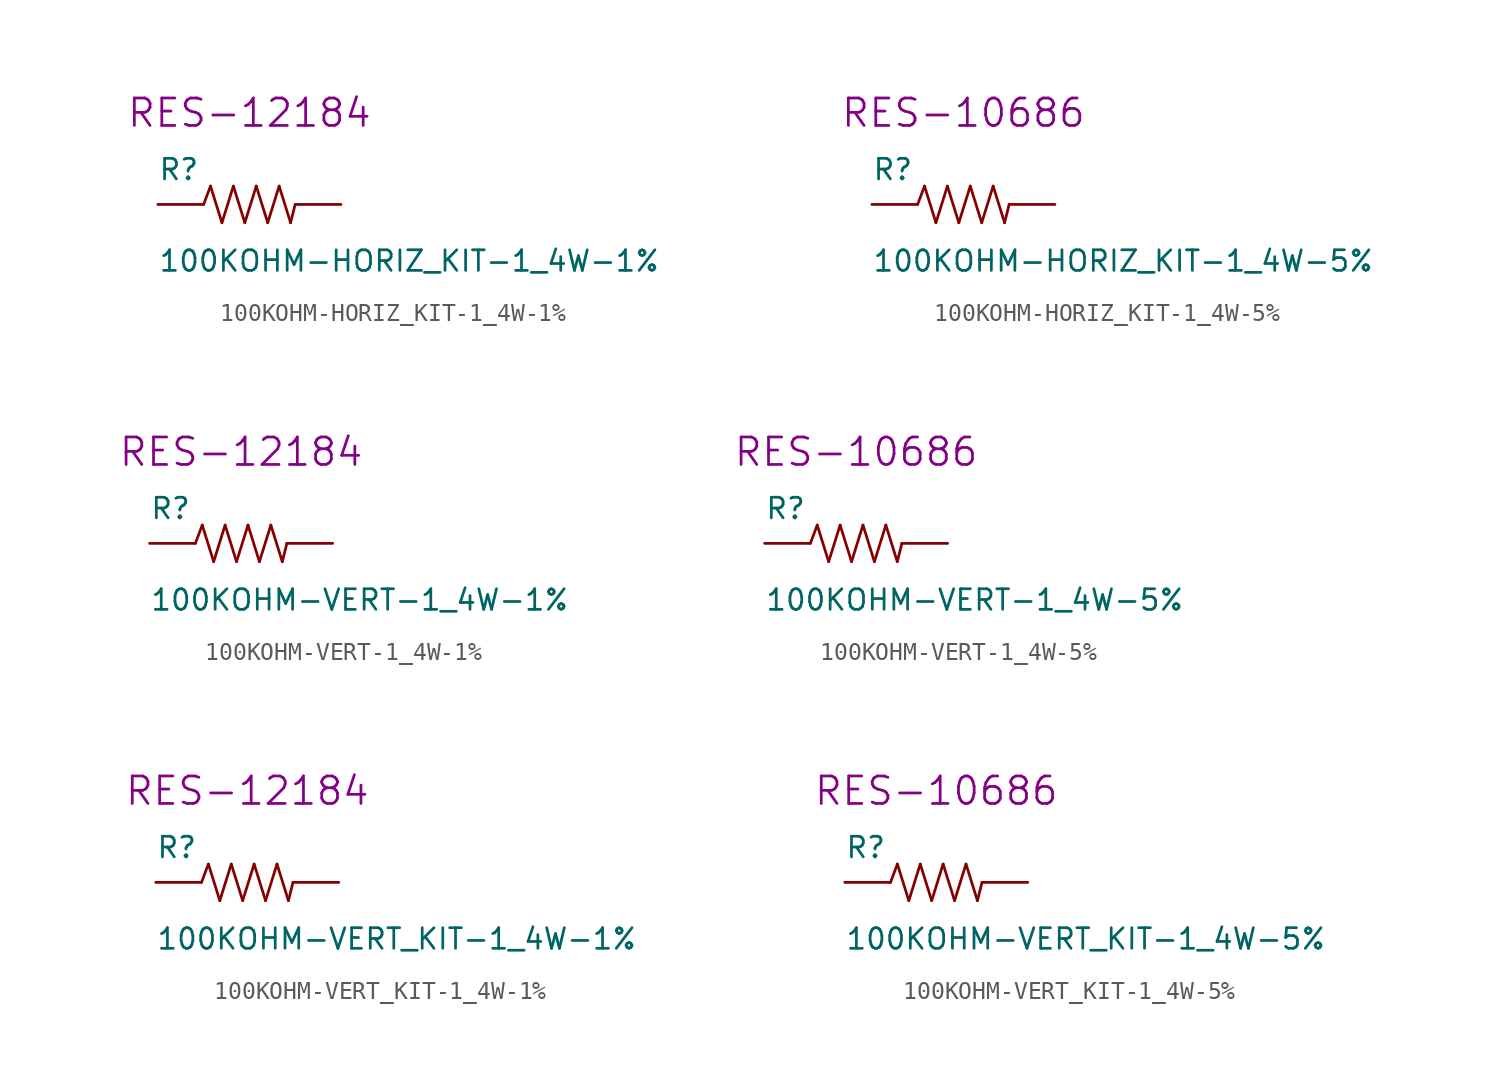
<source format=kicad_sym>
(kicad_symbol_lib
  (version 20220914)
  (generator kicad_symbol_editor)
  (symbol "100KOHM-HORIZ_KIT-1_4W-1%"
    (pin_numbers hide)
    (pin_names
      (offset 1.016) hide)
    (property "Reference" "R"
      (at -5.08 1.27 0)
      (effects (font (size 1.143 1.143)) (justify left bottom)))
    (property "Value" "100KOHM-HORIZ_KIT-1_4W-1%"
      (at -5.08 -3.81 0)
      (effects (font (size 1.143 1.143)) (justify left bottom)))
    (property "Field4" "RES-12184"
      (at 0 5.08 0)
      (effects (font (size 1.524 1.524))))
    (property "ki_locked" ""
      (at 0 0 0)
      (effects (font (size 1.27 1.27))))
    (symbol "100KOHM-HORIZ_KIT-1_4W-1%_1_0"
      (polyline (pts (xy -2.54 0) (xy -2.159 1.016)) (stroke (width 0) (type solid)) (fill (type none)))
      (polyline (pts (xy -2.159 1.016) (xy -1.524 -1.016)) (stroke (width 0) (type solid)) (fill (type none)))
      (polyline (pts (xy -1.524 -1.016) (xy -0.889 1.016)) (stroke (width 0) (type solid)) (fill (type none)))
      (polyline (pts (xy -0.889 1.016) (xy -0.254 -1.016)) (stroke (width 0) (type solid)) (fill (type none)))
      (polyline (pts (xy -0.254 -1.016) (xy 0.381 1.016)) (stroke (width 0) (type solid)) (fill (type none)))
      (polyline (pts (xy 0.381 1.016) (xy 1.016 -1.016)) (stroke (width 0) (type solid)) (fill (type none)))
      (polyline (pts (xy 1.016 -1.016) (xy 1.651 1.016)) (stroke (width 0) (type solid)) (fill (type none)))
      (polyline (pts (xy 1.651 1.016) (xy 2.286 -1.016)) (stroke (width 0) (type solid)) (fill (type none)))
      (polyline (pts (xy 2.286 -1.016) (xy 2.54 0)) (stroke (width 0) (type solid)) (fill (type none))))
    (symbol "100KOHM-HORIZ_KIT-1_4W-1%_1_1"
      (pin passive line (at -5.08 0 0) (length 2.54) (name "1" (effects (font (size 1.016 1.016)))) (number "P$1" (effects (font (size 1.016 1.016)))))
      (pin passive line (at 5.08 0 180) (length 2.54) (name "2" (effects (font (size 1.016 1.016)))) (number "P$2" (effects (font (size 1.016 1.016)))))))
  (symbol "100KOHM-HORIZ_KIT-1_4W-5%"
    (pin_numbers hide)
    (pin_names
      (offset 1.016) hide)
    (property "Reference" "R"
      (at -5.08 1.27 0)
      (effects (font (size 1.143 1.143)) (justify left bottom)))
    (property "Value" "100KOHM-HORIZ_KIT-1_4W-5%"
      (at -5.08 -3.81 0)
      (effects (font (size 1.143 1.143)) (justify left bottom)))
    (property "Field4" "RES-10686"
      (at 0 5.08 0)
      (effects (font (size 1.524 1.524))))
    (property "ki_locked" ""
      (at 0 0 0)
      (effects (font (size 1.27 1.27))))
    (symbol "100KOHM-HORIZ_KIT-1_4W-5%_1_0"
      (polyline (pts (xy -2.54 0) (xy -2.159 1.016)) (stroke (width 0) (type solid)) (fill (type none)))
      (polyline (pts (xy -2.159 1.016) (xy -1.524 -1.016)) (stroke (width 0) (type solid)) (fill (type none)))
      (polyline (pts (xy -1.524 -1.016) (xy -0.889 1.016)) (stroke (width 0) (type solid)) (fill (type none)))
      (polyline (pts (xy -0.889 1.016) (xy -0.254 -1.016)) (stroke (width 0) (type solid)) (fill (type none)))
      (polyline (pts (xy -0.254 -1.016) (xy 0.381 1.016)) (stroke (width 0) (type solid)) (fill (type none)))
      (polyline (pts (xy 0.381 1.016) (xy 1.016 -1.016)) (stroke (width 0) (type solid)) (fill (type none)))
      (polyline (pts (xy 1.016 -1.016) (xy 1.651 1.016)) (stroke (width 0) (type solid)) (fill (type none)))
      (polyline (pts (xy 1.651 1.016) (xy 2.286 -1.016)) (stroke (width 0) (type solid)) (fill (type none)))
      (polyline (pts (xy 2.286 -1.016) (xy 2.54 0)) (stroke (width 0) (type solid)) (fill (type none))))
    (symbol "100KOHM-HORIZ_KIT-1_4W-5%_1_1"
      (pin passive line (at -5.08 0 0) (length 2.54) (name "1" (effects (font (size 1.016 1.016)))) (number "P$1" (effects (font (size 1.016 1.016)))))
      (pin passive line (at 5.08 0 180) (length 2.54) (name "2" (effects (font (size 1.016 1.016)))) (number "P$2" (effects (font (size 1.016 1.016)))))))
  (symbol "100KOHM-VERT-1_4W-1%"
    (pin_numbers hide)
    (pin_names
      (offset 1.016) hide)
    (property "Reference" "R"
      (at -5.08 1.27 0)
      (effects (font (size 1.143 1.143)) (justify left bottom)))
    (property "Value" "100KOHM-VERT-1_4W-1%"
      (at -5.08 -3.81 0)
      (effects (font (size 1.143 1.143)) (justify left bottom)))
    (property "Field4" "RES-12184"
      (at 0 5.08 0)
      (effects (font (size 1.524 1.524))))
    (property "ki_locked" ""
      (at 0 0 0)
      (effects (font (size 1.27 1.27))))
    (symbol "100KOHM-VERT-1_4W-1%_1_0"
      (polyline (pts (xy -2.54 0) (xy -2.159 1.016)) (stroke (width 0) (type solid)) (fill (type none)))
      (polyline (pts (xy -2.159 1.016) (xy -1.524 -1.016)) (stroke (width 0) (type solid)) (fill (type none)))
      (polyline (pts (xy -1.524 -1.016) (xy -0.889 1.016)) (stroke (width 0) (type solid)) (fill (type none)))
      (polyline (pts (xy -0.889 1.016) (xy -0.254 -1.016)) (stroke (width 0) (type solid)) (fill (type none)))
      (polyline (pts (xy -0.254 -1.016) (xy 0.381 1.016)) (stroke (width 0) (type solid)) (fill (type none)))
      (polyline (pts (xy 0.381 1.016) (xy 1.016 -1.016)) (stroke (width 0) (type solid)) (fill (type none)))
      (polyline (pts (xy 1.016 -1.016) (xy 1.651 1.016)) (stroke (width 0) (type solid)) (fill (type none)))
      (polyline (pts (xy 1.651 1.016) (xy 2.286 -1.016)) (stroke (width 0) (type solid)) (fill (type none)))
      (polyline (pts (xy 2.286 -1.016) (xy 2.54 0)) (stroke (width 0) (type solid)) (fill (type none))))
    (symbol "100KOHM-VERT-1_4W-1%_1_1"
      (pin passive line (at -5.08 0 0) (length 2.54) (name "1" (effects (font (size 1.016 1.016)))) (number "P$1" (effects (font (size 1.016 1.016)))))
      (pin passive line (at 5.08 0 180) (length 2.54) (name "2" (effects (font (size 1.016 1.016)))) (number "P$2" (effects (font (size 1.016 1.016)))))))
  (symbol "100KOHM-VERT-1_4W-5%"
    (pin_numbers hide)
    (pin_names
      (offset 1.016) hide)
    (property "Reference" "R"
      (at -5.08 1.27 0)
      (effects (font (size 1.143 1.143)) (justify left bottom)))
    (property "Value" "100KOHM-VERT-1_4W-5%"
      (at -5.08 -3.81 0)
      (effects (font (size 1.143 1.143)) (justify left bottom)))
    (property "Field4" "RES-10686"
      (at 0 5.08 0)
      (effects (font (size 1.524 1.524))))
    (property "ki_locked" ""
      (at 0 0 0)
      (effects (font (size 1.27 1.27))))
    (symbol "100KOHM-VERT-1_4W-5%_1_0"
      (polyline (pts (xy -2.54 0) (xy -2.159 1.016)) (stroke (width 0) (type solid)) (fill (type none)))
      (polyline (pts (xy -2.159 1.016) (xy -1.524 -1.016)) (stroke (width 0) (type solid)) (fill (type none)))
      (polyline (pts (xy -1.524 -1.016) (xy -0.889 1.016)) (stroke (width 0) (type solid)) (fill (type none)))
      (polyline (pts (xy -0.889 1.016) (xy -0.254 -1.016)) (stroke (width 0) (type solid)) (fill (type none)))
      (polyline (pts (xy -0.254 -1.016) (xy 0.381 1.016)) (stroke (width 0) (type solid)) (fill (type none)))
      (polyline (pts (xy 0.381 1.016) (xy 1.016 -1.016)) (stroke (width 0) (type solid)) (fill (type none)))
      (polyline (pts (xy 1.016 -1.016) (xy 1.651 1.016)) (stroke (width 0) (type solid)) (fill (type none)))
      (polyline (pts (xy 1.651 1.016) (xy 2.286 -1.016)) (stroke (width 0) (type solid)) (fill (type none)))
      (polyline (pts (xy 2.286 -1.016) (xy 2.54 0)) (stroke (width 0) (type solid)) (fill (type none))))
    (symbol "100KOHM-VERT-1_4W-5%_1_1"
      (pin passive line (at -5.08 0 0) (length 2.54) (name "1" (effects (font (size 1.016 1.016)))) (number "P$1" (effects (font (size 1.016 1.016)))))
      (pin passive line (at 5.08 0 180) (length 2.54) (name "2" (effects (font (size 1.016 1.016)))) (number "P$2" (effects (font (size 1.016 1.016)))))))
  (symbol "100KOHM-VERT_KIT-1_4W-1%"
    (pin_numbers hide)
    (pin_names
      (offset 1.016) hide)
    (property "Reference" "R"
      (at -5.08 1.27 0)
      (effects (font (size 1.143 1.143)) (justify left bottom)))
    (property "Value" "100KOHM-VERT_KIT-1_4W-1%"
      (at -5.08 -3.81 0)
      (effects (font (size 1.143 1.143)) (justify left bottom)))
    (property "Field4" "RES-12184"
      (at 0 5.08 0)
      (effects (font (size 1.524 1.524))))
    (property "ki_locked" ""
      (at 0 0 0)
      (effects (font (size 1.27 1.27))))
    (symbol "100KOHM-VERT_KIT-1_4W-1%_1_0"
      (polyline (pts (xy -2.54 0) (xy -2.159 1.016)) (stroke (width 0) (type solid)) (fill (type none)))
      (polyline (pts (xy -2.159 1.016) (xy -1.524 -1.016)) (stroke (width 0) (type solid)) (fill (type none)))
      (polyline (pts (xy -1.524 -1.016) (xy -0.889 1.016)) (stroke (width 0) (type solid)) (fill (type none)))
      (polyline (pts (xy -0.889 1.016) (xy -0.254 -1.016)) (stroke (width 0) (type solid)) (fill (type none)))
      (polyline (pts (xy -0.254 -1.016) (xy 0.381 1.016)) (stroke (width 0) (type solid)) (fill (type none)))
      (polyline (pts (xy 0.381 1.016) (xy 1.016 -1.016)) (stroke (width 0) (type solid)) (fill (type none)))
      (polyline (pts (xy 1.016 -1.016) (xy 1.651 1.016)) (stroke (width 0) (type solid)) (fill (type none)))
      (polyline (pts (xy 1.651 1.016) (xy 2.286 -1.016)) (stroke (width 0) (type solid)) (fill (type none)))
      (polyline (pts (xy 2.286 -1.016) (xy 2.54 0)) (stroke (width 0) (type solid)) (fill (type none))))
    (symbol "100KOHM-VERT_KIT-1_4W-1%_1_1"
      (pin passive line (at -5.08 0 0) (length 2.54) (name "1" (effects (font (size 1.016 1.016)))) (number "P$1" (effects (font (size 1.016 1.016)))))
      (pin passive line (at 5.08 0 180) (length 2.54) (name "2" (effects (font (size 1.016 1.016)))) (number "P$2" (effects (font (size 1.016 1.016)))))))
  (symbol "100KOHM-VERT_KIT-1_4W-5%"
    (pin_numbers hide)
    (pin_names
      (offset 1.016) hide)
    (property "Reference" "R"
      (at -5.08 1.27 0)
      (effects (font (size 1.143 1.143)) (justify left bottom)))
    (property "Value" "100KOHM-VERT_KIT-1_4W-5%"
      (at -5.08 -3.81 0)
      (effects (font (size 1.143 1.143)) (justify left bottom)))
    (property "Field4" "RES-10686"
      (at 0 5.08 0)
      (effects (font (size 1.524 1.524))))
    (property "ki_locked" ""
      (at 0 0 0)
      (effects (font (size 1.27 1.27))))
    (symbol "100KOHM-VERT_KIT-1_4W-5%_1_0"
      (polyline (pts (xy -2.54 0) (xy -2.159 1.016)) (stroke (width 0) (type solid)) (fill (type none)))
      (polyline (pts (xy -2.159 1.016) (xy -1.524 -1.016)) (stroke (width 0) (type solid)) (fill (type none)))
      (polyline (pts (xy -1.524 -1.016) (xy -0.889 1.016)) (stroke (width 0) (type solid)) (fill (type none)))
      (polyline (pts (xy -0.889 1.016) (xy -0.254 -1.016)) (stroke (width 0) (type solid)) (fill (type none)))
      (polyline (pts (xy -0.254 -1.016) (xy 0.381 1.016)) (stroke (width 0) (type solid)) (fill (type none)))
      (polyline (pts (xy 0.381 1.016) (xy 1.016 -1.016)) (stroke (width 0) (type solid)) (fill (type none)))
      (polyline (pts (xy 1.016 -1.016) (xy 1.651 1.016)) (stroke (width 0) (type solid)) (fill (type none)))
      (polyline (pts (xy 1.651 1.016) (xy 2.286 -1.016)) (stroke (width 0) (type solid)) (fill (type none)))
      (polyline (pts (xy 2.286 -1.016) (xy 2.54 0)) (stroke (width 0) (type solid)) (fill (type none))))
    (symbol "100KOHM-VERT_KIT-1_4W-5%_1_1"
      (pin passive line (at -5.08 0 0) (length 2.54) (name "1" (effects (font (size 1.016 1.016)))) (number "P$1" (effects (font (size 1.016 1.016)))))
      (pin passive line (at 5.08 0 180) (length 2.54) (name "2" (effects (font (size 1.016 1.016)))) (number "P$2" (effects (font (size 1.016 1.016))))))))
</source>
